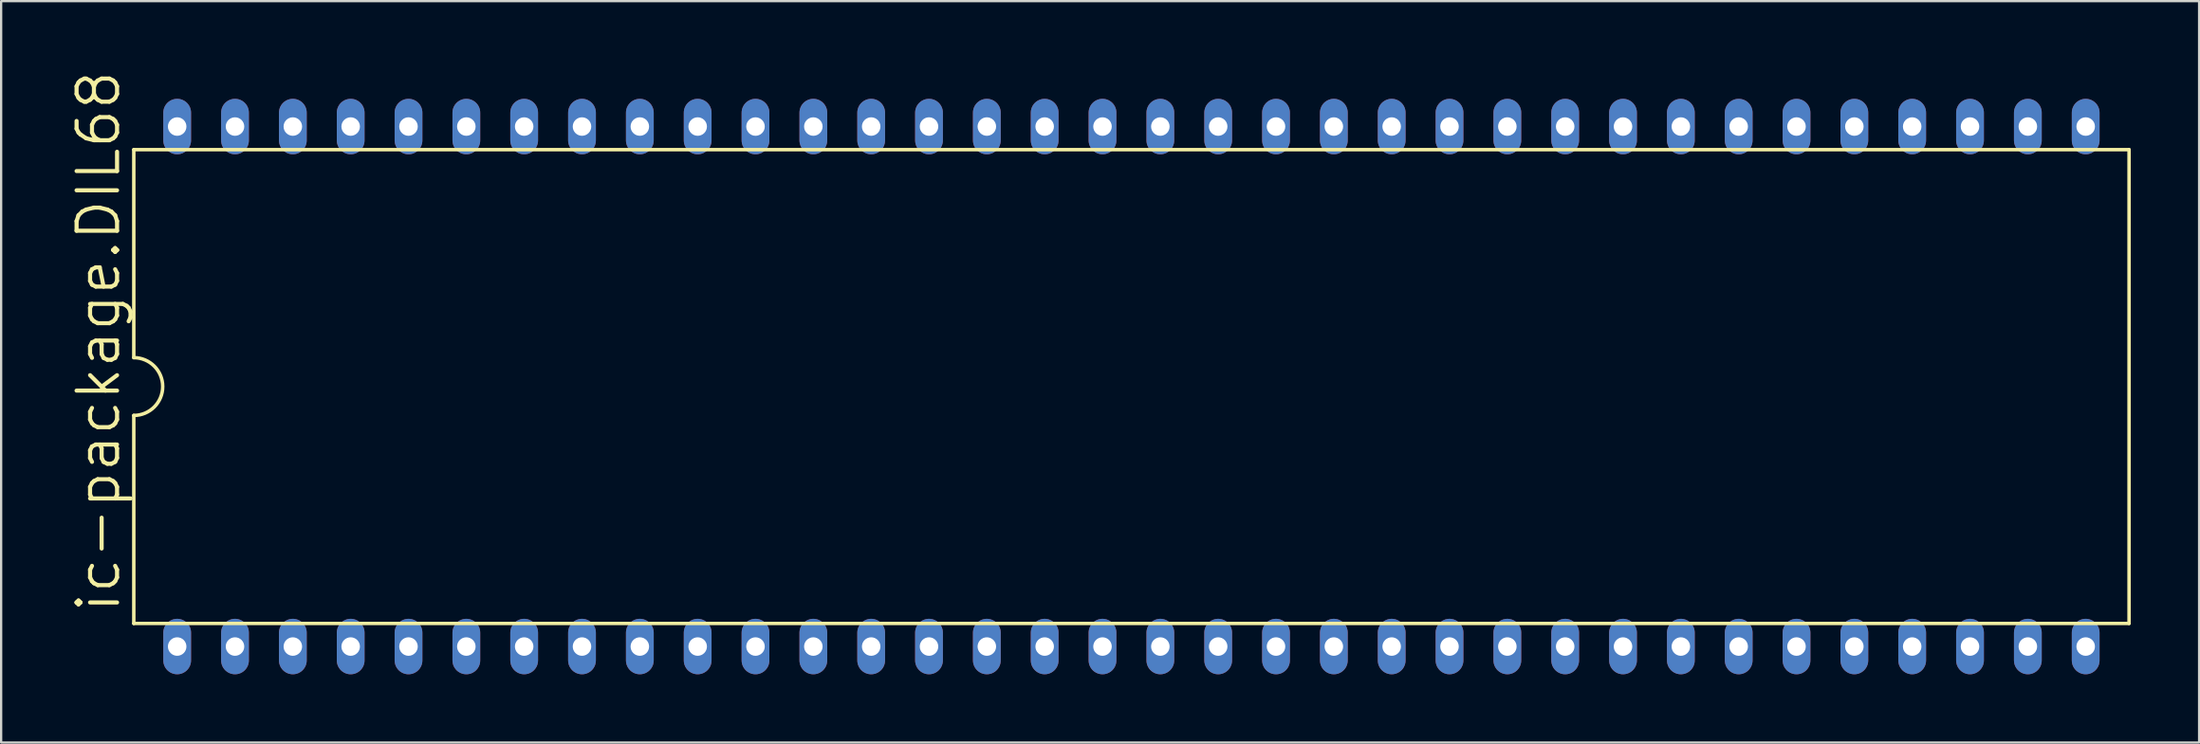
<source format=kicad_pcb>
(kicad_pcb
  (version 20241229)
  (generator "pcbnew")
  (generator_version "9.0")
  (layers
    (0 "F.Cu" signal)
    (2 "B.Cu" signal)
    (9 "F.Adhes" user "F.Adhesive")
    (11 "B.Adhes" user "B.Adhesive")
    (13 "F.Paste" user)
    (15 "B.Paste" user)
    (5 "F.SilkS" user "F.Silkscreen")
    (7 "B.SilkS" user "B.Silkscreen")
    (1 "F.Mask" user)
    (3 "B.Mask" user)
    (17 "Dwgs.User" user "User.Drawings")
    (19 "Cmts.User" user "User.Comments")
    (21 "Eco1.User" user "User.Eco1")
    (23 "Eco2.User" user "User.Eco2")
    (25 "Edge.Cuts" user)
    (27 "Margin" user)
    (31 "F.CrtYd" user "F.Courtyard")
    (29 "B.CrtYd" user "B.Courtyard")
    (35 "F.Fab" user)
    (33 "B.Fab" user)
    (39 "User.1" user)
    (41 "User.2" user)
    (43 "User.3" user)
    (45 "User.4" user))
  (footprint "ic-package.DIL68"
    (layer "F.Cu")
    (at 46.641 13.943)
    (property "Reference" "ic-package.DIL68" (at -44.323 10.033 90) (layer "F.SilkS") (effects (font (size 1.778 1.778) (thickness 0.18)) (justify left bottom)))
    (attr through_hole)
    (fp_line (start -43.815 -10.414) (end -43.815 -1.27) (stroke (width 0.152) (type default)) (layer "F.SilkS"))
    (fp_line (start -43.815 -10.414) (end 43.815 -10.414) (stroke (width 0.152) (type default)) (layer "F.SilkS"))
    (fp_line (start -43.815 1.27) (end -43.815 10.414) (stroke (width 0.152) (type default)) (layer "F.SilkS"))
    (fp_line (start -43.815 10.414) (end 43.815 10.414) (stroke (width 0.152) (type default)) (layer "F.SilkS"))
    (fp_line (start 43.815 10.414) (end 43.815 -10.414) (stroke (width 0.152) (type default)) (layer "F.SilkS"))
    (fp_arc (start -43.815 -1.27) (mid -42.545 0) (end -43.815 1.27) (stroke (width 0.1524) (type default)) (layer "F.SilkS"))
    (pad "1" thru_hole oval (at -41.91 11.43 90) (size 2.438 1.219) (drill 0.813) (layers "*.Cu" "*.Mask"))
    (pad "2" thru_hole oval (at -39.37 11.43 90) (size 2.438 1.219) (drill 0.813) (layers "*.Cu" "*.Mask"))
    (pad "3" thru_hole oval (at -36.83 11.43 90) (size 2.438 1.219) (drill 0.813) (layers "*.Cu" "*.Mask"))
    (pad "4" thru_hole oval (at -34.29 11.43 90) (size 2.438 1.219) (drill 0.813) (layers "*.Cu" "*.Mask"))
    (pad "5" thru_hole oval (at -31.75 11.43 90) (size 2.438 1.219) (drill 0.813) (layers "*.Cu" "*.Mask"))
    (pad "6" thru_hole oval (at -29.21 11.43 90) (size 2.438 1.219) (drill 0.813) (layers "*.Cu" "*.Mask"))
    (pad "7" thru_hole oval (at -26.67 11.43 90) (size 2.438 1.219) (drill 0.813) (layers "*.Cu" "*.Mask"))
    (pad "8" thru_hole oval (at -24.13 11.43 90) (size 2.438 1.219) (drill 0.813) (layers "*.Cu" "*.Mask"))
    (pad "9" thru_hole oval (at -21.59 11.43 90) (size 2.438 1.219) (drill 0.813) (layers "*.Cu" "*.Mask"))
    (pad "10" thru_hole oval (at -19.05 11.43 90) (size 2.438 1.219) (drill 0.813) (layers "*.Cu" "*.Mask"))
    (pad "11" thru_hole oval (at -16.51 11.43 90) (size 2.438 1.219) (drill 0.813) (layers "*.Cu" "*.Mask"))
    (pad "12" thru_hole oval (at -13.97 11.43 90) (size 2.438 1.219) (drill 0.813) (layers "*.Cu" "*.Mask"))
    (pad "13" thru_hole oval (at -11.43 11.43 90) (size 2.438 1.219) (drill 0.813) (layers "*.Cu" "*.Mask"))
    (pad "14" thru_hole oval (at -8.89 11.43 90) (size 2.438 1.219) (drill 0.813) (layers "*.Cu" "*.Mask"))
    (pad "15" thru_hole oval (at -6.35 11.43 90) (size 2.438 1.219) (drill 0.813) (layers "*.Cu" "*.Mask"))
    (pad "16" thru_hole oval (at -3.81 11.43 90) (size 2.438 1.219) (drill 0.813) (layers "*.Cu" "*.Mask"))
    (pad "17" thru_hole oval (at -1.27 11.43 90) (size 2.438 1.219) (drill 0.813) (layers "*.Cu" "*.Mask"))
    (pad "18" thru_hole oval (at 1.27 11.43 90) (size 2.438 1.219) (drill 0.813) (layers "*.Cu" "*.Mask"))
    (pad "19" thru_hole oval (at 3.81 11.43 90) (size 2.438 1.219) (drill 0.813) (layers "*.Cu" "*.Mask"))
    (pad "20" thru_hole oval (at 6.35 11.43 90) (size 2.438 1.219) (drill 0.813) (layers "*.Cu" "*.Mask"))
    (pad "21" thru_hole oval (at 8.89 11.43 90) (size 2.438 1.219) (drill 0.813) (layers "*.Cu" "*.Mask"))
    (pad "22" thru_hole oval (at 11.43 11.43 90) (size 2.438 1.219) (drill 0.813) (layers "*.Cu" "*.Mask"))
    (pad "23" thru_hole oval (at 13.97 11.43 90) (size 2.438 1.219) (drill 0.813) (layers "*.Cu" "*.Mask"))
    (pad "24" thru_hole oval (at 16.51 11.43 90) (size 2.438 1.219) (drill 0.813) (layers "*.Cu" "*.Mask"))
    (pad "25" thru_hole oval (at 19.05 11.43 90) (size 2.438 1.219) (drill 0.813) (layers "*.Cu" "*.Mask"))
    (pad "26" thru_hole oval (at 21.59 11.43 90) (size 2.438 1.219) (drill 0.813) (layers "*.Cu" "*.Mask"))
    (pad "27" thru_hole oval (at 24.13 11.43 90) (size 2.438 1.219) (drill 0.813) (layers "*.Cu" "*.Mask"))
    (pad "28" thru_hole oval (at 26.67 11.43 90) (size 2.438 1.219) (drill 0.813) (layers "*.Cu" "*.Mask"))
    (pad "29" thru_hole oval (at 29.21 11.43 90) (size 2.438 1.219) (drill 0.813) (layers "*.Cu" "*.Mask"))
    (pad "30" thru_hole oval (at 31.75 11.43 90) (size 2.438 1.219) (drill 0.813) (layers "*.Cu" "*.Mask"))
    (pad "31" thru_hole oval (at 34.29 11.43 90) (size 2.438 1.219) (drill 0.813) (layers "*.Cu" "*.Mask"))
    (pad "32" thru_hole oval (at 36.83 11.43 90) (size 2.438 1.219) (drill 0.813) (layers "*.Cu" "*.Mask"))
    (pad "33" thru_hole oval (at 39.37 11.43 90) (size 2.438 1.219) (drill 0.813) (layers "*.Cu" "*.Mask"))
    (pad "34" thru_hole oval (at 41.91 11.43 90) (size 2.438 1.219) (drill 0.813) (layers "*.Cu" "*.Mask"))
    (pad "35" thru_hole oval (at 41.91 -11.43 90) (size 2.438 1.219) (drill 0.813) (layers "*.Cu" "*.Mask"))
    (pad "36" thru_hole oval (at 39.37 -11.43 90) (size 2.438 1.219) (drill 0.813) (layers "*.Cu" "*.Mask"))
    (pad "37" thru_hole oval (at 36.83 -11.43 90) (size 2.438 1.219) (drill 0.813) (layers "*.Cu" "*.Mask"))
    (pad "38" thru_hole oval (at 34.29 -11.43 90) (size 2.438 1.219) (drill 0.813) (layers "*.Cu" "*.Mask"))
    (pad "39" thru_hole oval (at 31.75 -11.43 90) (size 2.438 1.219) (drill 0.813) (layers "*.Cu" "*.Mask"))
    (pad "40" thru_hole oval (at 29.21 -11.43 90) (size 2.438 1.219) (drill 0.813) (layers "*.Cu" "*.Mask"))
    (pad "41" thru_hole oval (at 26.67 -11.43 90) (size 2.438 1.219) (drill 0.813) (layers "*.Cu" "*.Mask"))
    (pad "42" thru_hole oval (at 24.13 -11.43 90) (size 2.438 1.219) (drill 0.813) (layers "*.Cu" "*.Mask"))
    (pad "43" thru_hole oval (at 21.59 -11.43 90) (size 2.438 1.219) (drill 0.813) (layers "*.Cu" "*.Mask"))
    (pad "44" thru_hole oval (at 19.05 -11.43 90) (size 2.438 1.219) (drill 0.813) (layers "*.Cu" "*.Mask"))
    (pad "45" thru_hole oval (at 16.51 -11.43 90) (size 2.438 1.219) (drill 0.813) (layers "*.Cu" "*.Mask"))
    (pad "46" thru_hole oval (at 13.97 -11.43 90) (size 2.438 1.219) (drill 0.813) (layers "*.Cu" "*.Mask"))
    (pad "47" thru_hole oval (at 11.43 -11.43 90) (size 2.438 1.219) (drill 0.813) (layers "*.Cu" "*.Mask"))
    (pad "48" thru_hole oval (at 8.89 -11.43 90) (size 2.438 1.219) (drill 0.813) (layers "*.Cu" "*.Mask"))
    (pad "49" thru_hole oval (at 6.35 -11.43 90) (size 2.438 1.219) (drill 0.813) (layers "*.Cu" "*.Mask"))
    (pad "50" thru_hole oval (at 3.81 -11.43 90) (size 2.438 1.219) (drill 0.813) (layers "*.Cu" "*.Mask"))
    (pad "51" thru_hole oval (at 1.27 -11.43 90) (size 2.438 1.219) (drill 0.813) (layers "*.Cu" "*.Mask"))
    (pad "52" thru_hole oval (at -1.27 -11.43 90) (size 2.438 1.219) (drill 0.813) (layers "*.Cu" "*.Mask"))
    (pad "53" thru_hole oval (at -3.81 -11.43 90) (size 2.438 1.219) (drill 0.813) (layers "*.Cu" "*.Mask"))
    (pad "54" thru_hole oval (at -6.35 -11.43 90) (size 2.438 1.219) (drill 0.813) (layers "*.Cu" "*.Mask"))
    (pad "55" thru_hole oval (at -8.89 -11.43 90) (size 2.438 1.219) (drill 0.813) (layers "*.Cu" "*.Mask"))
    (pad "56" thru_hole oval (at -11.43 -11.43 90) (size 2.438 1.219) (drill 0.813) (layers "*.Cu" "*.Mask"))
    (pad "57" thru_hole oval (at -13.97 -11.43 90) (size 2.438 1.219) (drill 0.813) (layers "*.Cu" "*.Mask"))
    (pad "58" thru_hole oval (at -16.51 -11.43 90) (size 2.438 1.219) (drill 0.813) (layers "*.Cu" "*.Mask"))
    (pad "59" thru_hole oval (at -19.05 -11.43 90) (size 2.438 1.219) (drill 0.813) (layers "*.Cu" "*.Mask"))
    (pad "60" thru_hole oval (at -21.59 -11.43 90) (size 2.438 1.219) (drill 0.813) (layers "*.Cu" "*.Mask"))
    (pad "61" thru_hole oval (at -24.13 -11.43 90) (size 2.438 1.219) (drill 0.813) (layers "*.Cu" "*.Mask"))
    (pad "62" thru_hole oval (at -26.67 -11.43 90) (size 2.438 1.219) (drill 0.813) (layers "*.Cu" "*.Mask"))
    (pad "63" thru_hole oval (at -29.21 -11.43 90) (size 2.438 1.219) (drill 0.813) (layers "*.Cu" "*.Mask"))
    (pad "64" thru_hole oval (at -31.75 -11.43 90) (size 2.438 1.219) (drill 0.813) (layers "*.Cu" "*.Mask"))
    (pad "65" thru_hole oval (at -34.29 -11.43 90) (size 2.438 1.219) (drill 0.813) (layers "*.Cu" "*.Mask"))
    (pad "66" thru_hole oval (at -36.83 -11.43 90) (size 2.438 1.219) (drill 0.813) (layers "*.Cu" "*.Mask"))
    (pad "67" thru_hole oval (at -39.37 -11.43 90) (size 2.438 1.219) (drill 0.813) (layers "*.Cu" "*.Mask"))
    (pad "68" thru_hole oval (at -41.91 -11.43 90) (size 2.438 1.219) (drill 0.813) (layers "*.Cu" "*.Mask")))
  (gr_rect
    (start -3 -3)
    (end 93.532 29.592)
    (stroke (width 0.1) (type default))
    (fill no)
    (layer "Edge.Cuts")))
</source>
